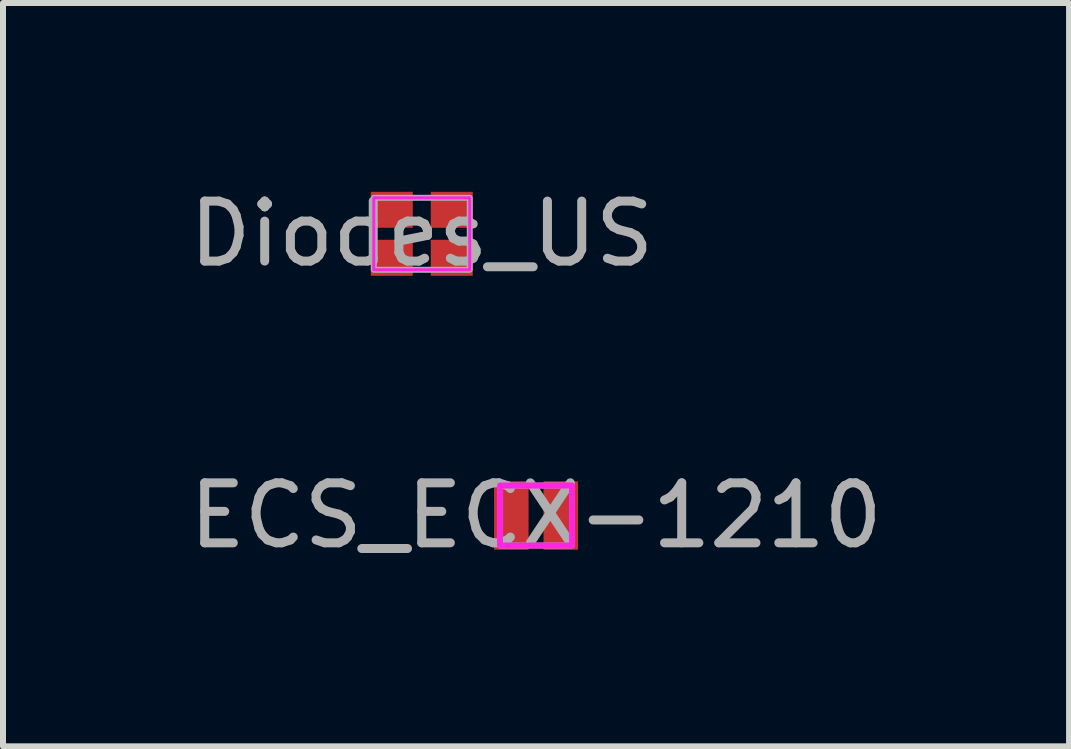
<source format=kicad_pcb>
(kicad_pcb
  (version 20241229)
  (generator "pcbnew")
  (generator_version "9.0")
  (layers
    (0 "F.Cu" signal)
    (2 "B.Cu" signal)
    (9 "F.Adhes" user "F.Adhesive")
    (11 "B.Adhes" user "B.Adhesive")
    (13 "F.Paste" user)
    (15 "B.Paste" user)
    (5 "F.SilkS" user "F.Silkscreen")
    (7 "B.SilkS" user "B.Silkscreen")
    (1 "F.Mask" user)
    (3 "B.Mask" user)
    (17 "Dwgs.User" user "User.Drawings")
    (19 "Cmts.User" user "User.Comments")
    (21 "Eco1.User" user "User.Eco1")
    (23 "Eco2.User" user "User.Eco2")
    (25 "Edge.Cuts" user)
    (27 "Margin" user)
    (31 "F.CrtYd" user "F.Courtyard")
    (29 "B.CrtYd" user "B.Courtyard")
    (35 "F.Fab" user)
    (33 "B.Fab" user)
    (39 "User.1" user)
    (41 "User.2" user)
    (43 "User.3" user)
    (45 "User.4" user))
  (footprint "Diodes_US"
    (layer "F.Cu")
    (at 3.982 0.848)
    (property "Reference" "Diodes_US" (at 0 0 0) (unlocked yes) (layer "F.SilkS") (effects (font (size 1 1) (thickness 0.1))))
    (attr smd)
    (fp_rect (start -0.8 -0.6) (end 0.8 0.6) (stroke (width 0.05) (type default)) (fill no) (layer "F.CrtYd"))
    (fp_rect (start -0.8 -0.6) (end 0.8 0.6) (stroke (width 0.1) (type default)) (fill no) (layer "F.Fab"))
    (fp_text user "${REFERENCE}" (at 0 0 0) (unlocked yes) (layer "F.Fab") (effects (font (size 1 1) (thickness 0.15))))
    (pad "" smd rect (at -0.5 -0.4) (size 0.7 0.6) (layers "F.Cu" "F.Mask" "F.Paste"))
    (pad "" smd rect (at 0.5 0.4) (size 0.7 0.6) (layers "F.Cu" "F.Mask" "F.Paste"))
    (pad "1" smd rect (at -0.5 0.4) (size 0.7 0.6) (layers "F.Cu" "F.Mask" "F.Paste"))
    (pad "2" smd rect (at 0.5 -0.4) (size 0.7 0.6) (layers "F.Cu" "F.Mask" "F.Paste")))
  (footprint "ECS_ECX-1210"
    (layer "F.Cu")
    (at 5.887 5.545)
    (property "Reference" "ECS_ECX-1210" (at 0 0 0) (unlocked yes) (layer "F.SilkS") (effects (font (size 1 1) (thickness 0.1))))
    (attr smd)
    (fp_rect (start -0.6 -0.5) (end 0.6 0.5) (stroke (width 0.1) (type default)) (fill no) (layer "F.CrtYd"))
    (fp_rect (start -0.6 -0.5) (end 0.6 0.5) (stroke (width 0.1) (type default)) (fill no) (layer "F.Fab"))
    (fp_text user "${REFERENCE}" (at 0 0 0) (unlocked yes) (layer "F.Fab") (effects (font (size 1 1) (thickness 0.15))))
    (pad "1" smd rect (at -0.412 0 90) (size 1.14 0.575) (layers "F.Cu" "F.Mask" "F.Paste"))
    (pad "2" smd rect (at 0.412 0 90) (size 1.14 0.575) (layers "F.Cu" "F.Mask" "F.Paste")))
  (gr_rect
    (start -3 -3)
    (end 14.774 9.393)
    (stroke (width 0.1) (type default))
    (fill no)
    (layer "Edge.Cuts")))
</source>
